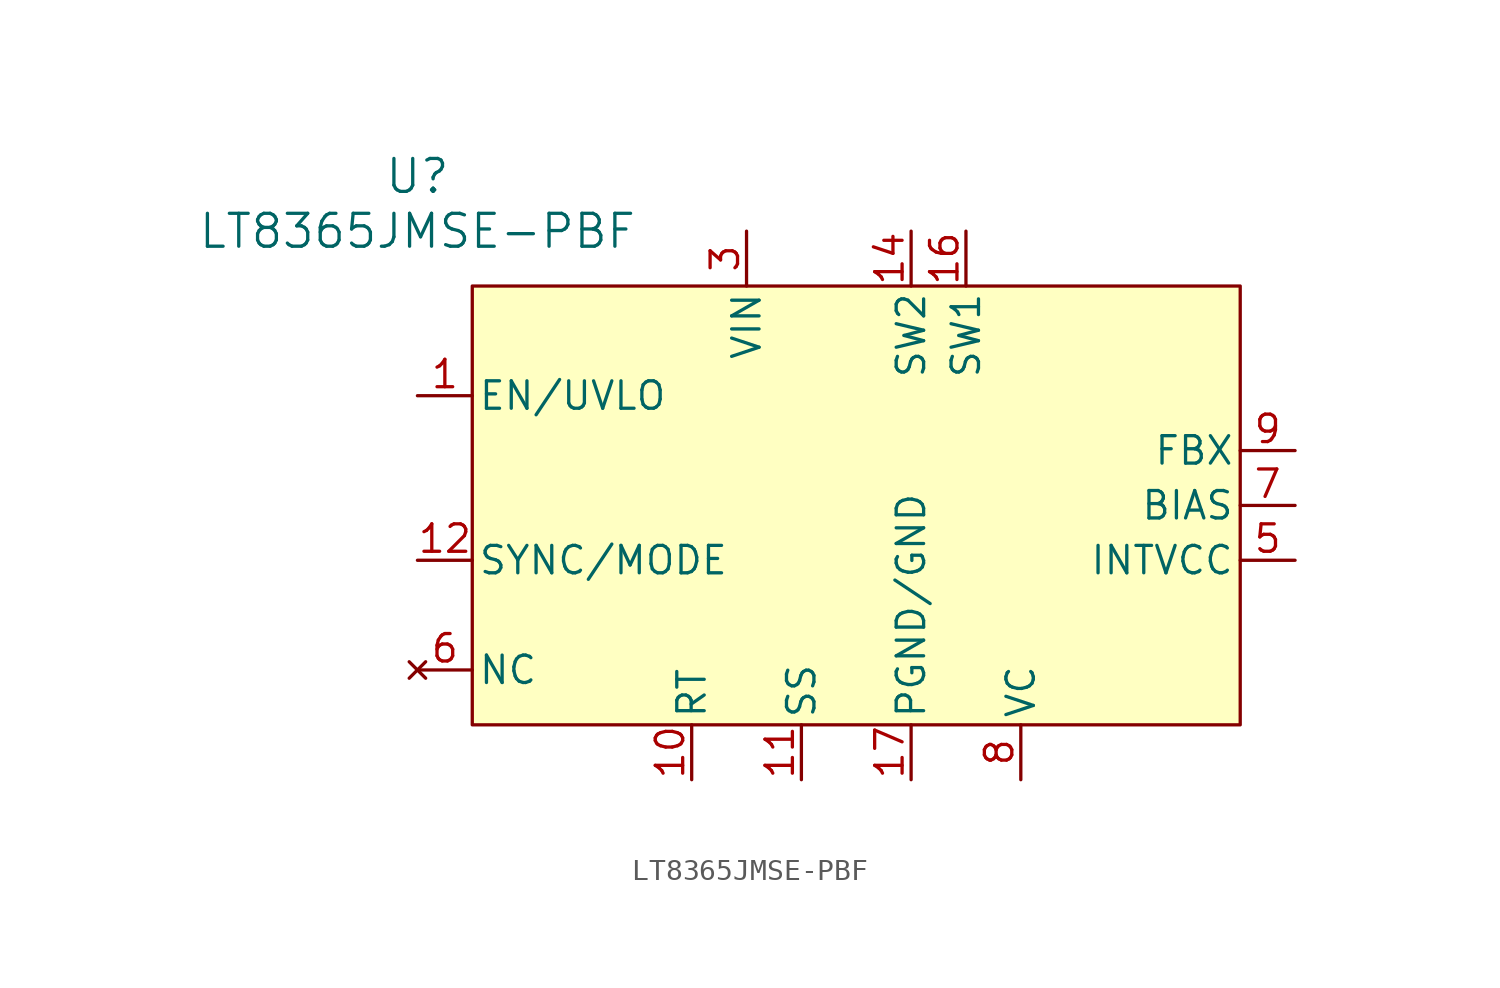
<source format=kicad_sym>
(kicad_symbol_lib
  (version 20220914)
  (generator kicad_symbol_editor)
  (symbol "LT8365JMSE-PBF"
    (pin_names
      (offset 0.254))
    (property "Reference" "U"
      (at -20.32 12.7 0)
      (effects (font (size 1.524 1.524))))
    (property "Value" "LT8365JMSE-PBF"
      (at -20.32 10.16 0)
      (effects (font (size 1.524 1.524))))
    (symbol "LT8365JMSE-PBF_0_1"
      (pin unspecified line (at -20.32 2.54 0) (length 2.54) (name "EN/UVLO" (effects (font (size 1.27 1.27)))) (number "1" (effects (font (size 1.27 1.27)))))
      (pin unspecified line (at -7.62 -15.24 90) (length 2.54) (name "RT" (effects (font (size 1.27 1.27)))) (number "10" (effects (font (size 1.27 1.27)))))
      (pin unspecified line (at -2.54 -15.24 90) (length 2.54) (name "SS" (effects (font (size 1.27 1.27)))) (number "11" (effects (font (size 1.27 1.27)))))
      (pin unspecified line (at -20.32 -5.08 0) (length 2.54) (name "SYNC/MODE" (effects (font (size 1.27 1.27)))) (number "12" (effects (font (size 1.27 1.27)))))
      (pin power_in line (at 5.08 10.16 270) (length 2.54) (name "SW1" (effects (font (size 1.27 1.27)))) (number "16" (effects (font (size 1.27 1.27)))))
      (pin power_out line (at 2.54 -15.24 90) (length 2.54) (name "PGND/GND" (effects (font (size 1.27 1.27)))) (number "17" (effects (font (size 1.27 1.27)))))
      (pin power_in line (at -5.08 10.16 270) (length 2.54) (name "VIN" (effects (font (size 1.27 1.27)))) (number "3" (effects (font (size 1.27 1.27)))))
      (pin power_in line (at 20.32 -5.08 180) (length 2.54) (name "INTVCC" (effects (font (size 1.27 1.27)))) (number "5" (effects (font (size 1.27 1.27)))))
      (pin no_connect line (at -20.32 -10.16 0) (length 2.54) (name "NC" (effects (font (size 1.27 1.27)))) (number "6" (effects (font (size 1.27 1.27)))))
      (pin power_in line (at 20.32 -2.54 180) (length 2.54) (name "BIAS" (effects (font (size 1.27 1.27)))) (number "7" (effects (font (size 1.27 1.27)))))
      (pin output line (at 7.62 -15.24 90) (length 2.54) (name "VC" (effects (font (size 1.27 1.27)))) (number "8" (effects (font (size 1.27 1.27)))))
      (pin unspecified line (at 20.32 0 180) (length 2.54) (name "FBX" (effects (font (size 1.27 1.27)))) (number "9" (effects (font (size 1.27 1.27))))))
    (symbol "LT8365JMSE-PBF_1_1"
      (rectangle (start -17.78 7.62) (end 17.78 -12.7) (stroke (width 0) (type default)) (fill (type background)))
      (pin power_in line (at 2.54 10.16 270) (length 2.54) (name "SW2" (effects (font (size 1.27 1.27)))) (number "14" (effects (font (size 1.27 1.27))))))))
</source>
